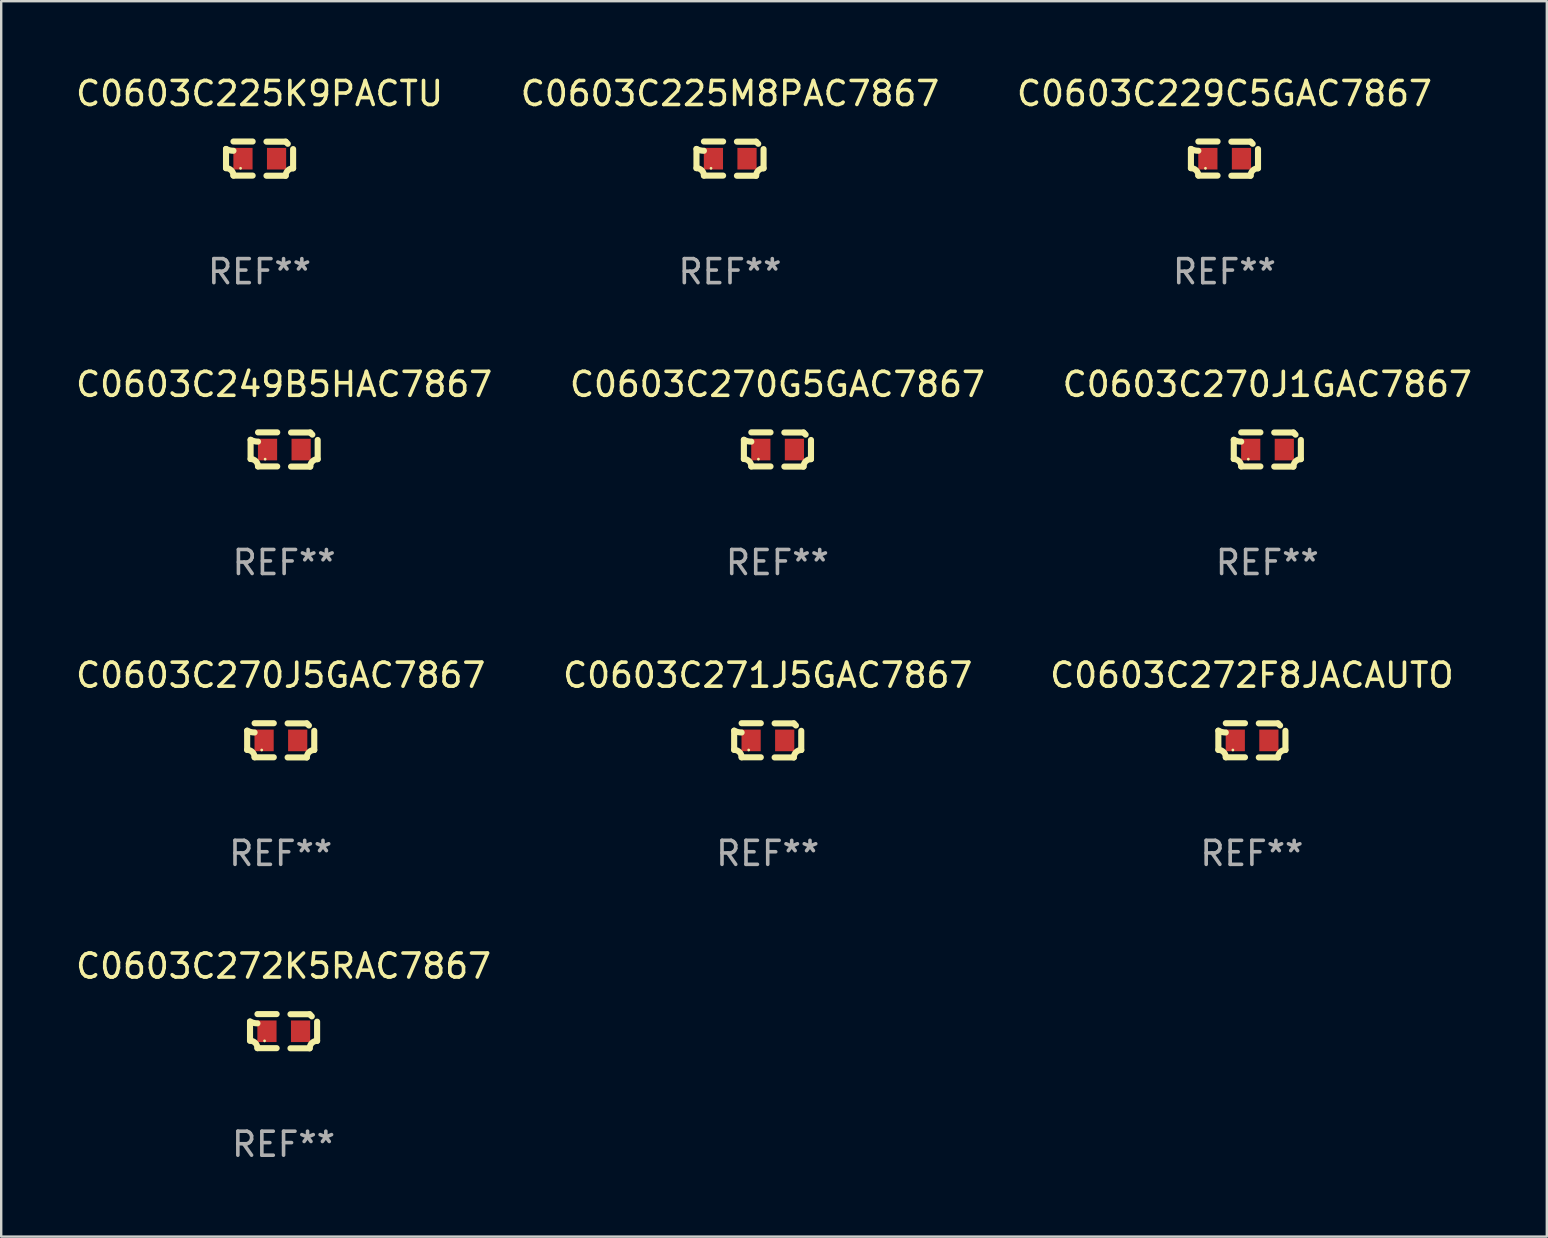
<source format=kicad_pcb>
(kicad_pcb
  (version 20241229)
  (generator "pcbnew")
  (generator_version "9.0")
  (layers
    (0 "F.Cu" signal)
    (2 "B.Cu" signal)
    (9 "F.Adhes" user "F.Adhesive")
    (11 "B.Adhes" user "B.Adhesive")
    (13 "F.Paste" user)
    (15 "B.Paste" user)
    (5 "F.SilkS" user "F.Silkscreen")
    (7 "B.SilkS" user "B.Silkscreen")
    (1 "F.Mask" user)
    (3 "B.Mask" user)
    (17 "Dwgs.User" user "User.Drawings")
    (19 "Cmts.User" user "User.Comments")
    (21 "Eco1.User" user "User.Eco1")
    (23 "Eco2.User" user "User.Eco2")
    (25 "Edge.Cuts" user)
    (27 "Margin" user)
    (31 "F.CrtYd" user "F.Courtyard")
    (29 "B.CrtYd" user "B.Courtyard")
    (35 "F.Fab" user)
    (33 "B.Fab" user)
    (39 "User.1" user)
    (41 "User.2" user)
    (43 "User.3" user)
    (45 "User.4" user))
  (footprint "C0603C272F8JACAUTO"
    (layer "F.Cu")
    (at 49.125 27.805)
    (property "Reference" "C0603C272F8JACAUTO" (at 0 -2.713 0) (layer "F.SilkS") (effects (font (size 1 1) (thickness 0.15))))
    (attr through_hole)
    (fp_line (start -1.398 -0.403) (end -1.398 0.397) (stroke (width 0.254) (type solid)) (layer "F.SilkS"))
    (fp_line (start -0.288 -0.713) (end -1.088 -0.713) (stroke (width 0.254) (type solid)) (layer "F.SilkS"))
    (fp_line (start -0.288 0.707) (end -1.088 0.707) (stroke (width 0.254) (type solid)) (layer "F.SilkS"))
    (fp_line (start 0.288 -0.707) (end 1.088 -0.707) (stroke (width 0.254) (type solid)) (layer "F.SilkS"))
    (fp_line (start 0.288 0.713) (end 1.088 0.713) (stroke (width 0.254) (type solid)) (layer "F.SilkS"))
    (fp_line (start 1.398 -0.397) (end 1.398 0.403) (stroke (width 0.254) (type solid)) (layer "F.SilkS"))
    (fp_arc (start -1.397789 0.397066) (mid -1.178701 0.487826) (end -1.08796 0.706922) (stroke (width 0.254001) (type solid)) (layer "F.SilkS"))
    (fp_arc (start -1.08796 -0.327176) (mid -1.247436 -0.346384) (end -1.39779 -0.402908) (stroke (width 0.254001) (type solid)) (layer "F.SilkS"))
    (fp_arc (start 1.087909 0.712738) (mid 1.178656 0.493655) (end 1.397739 0.402908) (stroke (width 0.254001) (type solid)) (layer "F.SilkS"))
    (fp_arc (start 1.175925 -0.618926) (mid 1.131917 -0.662923) (end 1.08791 -0.706922) (stroke (width 0.254001) (type solid)) (layer "F.SilkS"))
    (fp_circle (center -0.792 0.403) (end -0.762 0.403) (stroke (width 0.06) (type solid)) (fill no) (layer "F.SilkS"))
    (fp_text user "REF**" (at 0 4.713 0) (layer "F.Fab") (effects (font (size 1 1) (thickness 0.15))))
    (pad "1" smd rect (at -0.692 0.003) (size 0.8 0.9) (layers "F.Cu" "F.Mask" "F.Paste"))
    (pad "2" smd rect (at 0.708 0.003) (size 0.8 0.9) (layers "F.Cu" "F.Mask" "F.Paste")))
  (footprint "C0603C249B5HAC7867"
    (layer "F.Cu")
    (at 8.792 15.683)
    (property "Reference" "C0603C249B5HAC7867" (at 0 -2.713 0) (layer "F.SilkS") (effects (font (size 1 1) (thickness 0.15))))
    (attr through_hole)
    (fp_line (start -1.398 -0.403) (end -1.398 0.397) (stroke (width 0.254) (type solid)) (layer "F.SilkS"))
    (fp_line (start -0.288 -0.713) (end -1.088 -0.713) (stroke (width 0.254) (type solid)) (layer "F.SilkS"))
    (fp_line (start -0.288 0.707) (end -1.088 0.707) (stroke (width 0.254) (type solid)) (layer "F.SilkS"))
    (fp_line (start 0.288 -0.707) (end 1.088 -0.707) (stroke (width 0.254) (type solid)) (layer "F.SilkS"))
    (fp_line (start 0.288 0.713) (end 1.088 0.713) (stroke (width 0.254) (type solid)) (layer "F.SilkS"))
    (fp_line (start 1.398 -0.397) (end 1.398 0.403) (stroke (width 0.254) (type solid)) (layer "F.SilkS"))
    (fp_arc (start -1.397789 0.397066) (mid -1.178701 0.487826) (end -1.08796 0.706922) (stroke (width 0.254001) (type solid)) (layer "F.SilkS"))
    (fp_arc (start -1.08796 -0.327176) (mid -1.247436 -0.346384) (end -1.39779 -0.402908) (stroke (width 0.254001) (type solid)) (layer "F.SilkS"))
    (fp_arc (start 1.087909 0.712738) (mid 1.178656 0.493655) (end 1.397739 0.402908) (stroke (width 0.254001) (type solid)) (layer "F.SilkS"))
    (fp_arc (start 1.175925 -0.618926) (mid 1.131917 -0.662923) (end 1.08791 -0.706922) (stroke (width 0.254001) (type solid)) (layer "F.SilkS"))
    (fp_circle (center -0.792 0.403) (end -0.762 0.403) (stroke (width 0.06) (type solid)) (fill no) (layer "F.SilkS"))
    (fp_text user "REF**" (at 0 4.713 0) (layer "F.Fab") (effects (font (size 1 1) (thickness 0.15))))
    (pad "1" smd rect (at -0.692 0.003) (size 0.8 0.9) (layers "F.Cu" "F.Mask" "F.Paste"))
    (pad "2" smd rect (at 0.708 0.003) (size 0.8 0.9) (layers "F.Cu" "F.Mask" "F.Paste")))
  (footprint "C0603C229C5GAC7867"
    (layer "F.Cu")
    (at 47.982 3.561)
    (property "Reference" "C0603C229C5GAC7867" (at 0 -2.713 0) (layer "F.SilkS") (effects (font (size 1 1) (thickness 0.15))))
    (attr through_hole)
    (fp_line (start -1.398 -0.403) (end -1.398 0.397) (stroke (width 0.254) (type solid)) (layer "F.SilkS"))
    (fp_line (start -0.288 -0.713) (end -1.088 -0.713) (stroke (width 0.254) (type solid)) (layer "F.SilkS"))
    (fp_line (start -0.288 0.707) (end -1.088 0.707) (stroke (width 0.254) (type solid)) (layer "F.SilkS"))
    (fp_line (start 0.288 -0.707) (end 1.088 -0.707) (stroke (width 0.254) (type solid)) (layer "F.SilkS"))
    (fp_line (start 0.288 0.713) (end 1.088 0.713) (stroke (width 0.254) (type solid)) (layer "F.SilkS"))
    (fp_line (start 1.398 -0.397) (end 1.398 0.403) (stroke (width 0.254) (type solid)) (layer "F.SilkS"))
    (fp_arc (start -1.397789 0.397066) (mid -1.178701 0.487826) (end -1.08796 0.706922) (stroke (width 0.254001) (type solid)) (layer "F.SilkS"))
    (fp_arc (start -1.08796 -0.327176) (mid -1.247436 -0.346384) (end -1.39779 -0.402908) (stroke (width 0.254001) (type solid)) (layer "F.SilkS"))
    (fp_arc (start 1.087909 0.712738) (mid 1.178656 0.493655) (end 1.397739 0.402908) (stroke (width 0.254001) (type solid)) (layer "F.SilkS"))
    (fp_arc (start 1.175925 -0.618926) (mid 1.131917 -0.662923) (end 1.08791 -0.706922) (stroke (width 0.254001) (type solid)) (layer "F.SilkS"))
    (fp_circle (center -0.792 0.403) (end -0.762 0.403) (stroke (width 0.06) (type solid)) (fill no) (layer "F.SilkS"))
    (fp_text user "REF**" (at 0 4.713 0) (layer "F.Fab") (effects (font (size 1 1) (thickness 0.15))))
    (pad "1" smd rect (at -0.692 0.003) (size 0.8 0.9) (layers "F.Cu" "F.Mask" "F.Paste"))
    (pad "2" smd rect (at 0.708 0.003) (size 0.8 0.9) (layers "F.Cu" "F.Mask" "F.Paste")))
  (footprint "C0603C270J5GAC7867"
    (layer "F.Cu")
    (at 8.649 27.805)
    (property "Reference" "C0603C270J5GAC7867" (at 0 -2.713 0) (layer "F.SilkS") (effects (font (size 1 1) (thickness 0.15))))
    (attr through_hole)
    (fp_line (start -1.398 -0.403) (end -1.398 0.397) (stroke (width 0.254) (type solid)) (layer "F.SilkS"))
    (fp_line (start -0.288 -0.713) (end -1.088 -0.713) (stroke (width 0.254) (type solid)) (layer "F.SilkS"))
    (fp_line (start -0.288 0.707) (end -1.088 0.707) (stroke (width 0.254) (type solid)) (layer "F.SilkS"))
    (fp_line (start 0.288 -0.707) (end 1.088 -0.707) (stroke (width 0.254) (type solid)) (layer "F.SilkS"))
    (fp_line (start 0.288 0.713) (end 1.088 0.713) (stroke (width 0.254) (type solid)) (layer "F.SilkS"))
    (fp_line (start 1.398 -0.397) (end 1.398 0.403) (stroke (width 0.254) (type solid)) (layer "F.SilkS"))
    (fp_arc (start -1.397789 0.397066) (mid -1.178701 0.487826) (end -1.08796 0.706922) (stroke (width 0.254001) (type solid)) (layer "F.SilkS"))
    (fp_arc (start -1.08796 -0.327176) (mid -1.247436 -0.346384) (end -1.39779 -0.402908) (stroke (width 0.254001) (type solid)) (layer "F.SilkS"))
    (fp_arc (start 1.087909 0.712738) (mid 1.178656 0.493655) (end 1.397739 0.402908) (stroke (width 0.254001) (type solid)) (layer "F.SilkS"))
    (fp_arc (start 1.175925 -0.618926) (mid 1.131917 -0.662923) (end 1.08791 -0.706922) (stroke (width 0.254001) (type solid)) (layer "F.SilkS"))
    (fp_circle (center -0.792 0.403) (end -0.762 0.403) (stroke (width 0.06) (type solid)) (fill no) (layer "F.SilkS"))
    (fp_text user "REF**" (at 0 4.713 0) (layer "F.Fab") (effects (font (size 1 1) (thickness 0.15))))
    (pad "1" smd rect (at -0.692 0.003) (size 0.8 0.9) (layers "F.Cu" "F.Mask" "F.Paste"))
    (pad "2" smd rect (at 0.708 0.003) (size 0.8 0.9) (layers "F.Cu" "F.Mask" "F.Paste")))
  (footprint "C0603C272K5RAC7867"
    (layer "F.Cu")
    (at 8.768 39.927)
    (property "Reference" "C0603C272K5RAC7867" (at 0 -2.713 0) (layer "F.SilkS") (effects (font (size 1 1) (thickness 0.15))))
    (attr through_hole)
    (fp_line (start -1.398 -0.403) (end -1.398 0.397) (stroke (width 0.254) (type solid)) (layer "F.SilkS"))
    (fp_line (start -0.288 -0.713) (end -1.088 -0.713) (stroke (width 0.254) (type solid)) (layer "F.SilkS"))
    (fp_line (start -0.288 0.707) (end -1.088 0.707) (stroke (width 0.254) (type solid)) (layer "F.SilkS"))
    (fp_line (start 0.288 -0.707) (end 1.088 -0.707) (stroke (width 0.254) (type solid)) (layer "F.SilkS"))
    (fp_line (start 0.288 0.713) (end 1.088 0.713) (stroke (width 0.254) (type solid)) (layer "F.SilkS"))
    (fp_line (start 1.398 -0.397) (end 1.398 0.403) (stroke (width 0.254) (type solid)) (layer "F.SilkS"))
    (fp_arc (start -1.397789 0.397066) (mid -1.178701 0.487826) (end -1.08796 0.706922) (stroke (width 0.254001) (type solid)) (layer "F.SilkS"))
    (fp_arc (start -1.08796 -0.327176) (mid -1.247436 -0.346384) (end -1.39779 -0.402908) (stroke (width 0.254001) (type solid)) (layer "F.SilkS"))
    (fp_arc (start 1.087909 0.712738) (mid 1.178656 0.493655) (end 1.397739 0.402908) (stroke (width 0.254001) (type solid)) (layer "F.SilkS"))
    (fp_arc (start 1.175925 -0.618926) (mid 1.131917 -0.662923) (end 1.08791 -0.706922) (stroke (width 0.254001) (type solid)) (layer "F.SilkS"))
    (fp_circle (center -0.792 0.403) (end -0.762 0.403) (stroke (width 0.06) (type solid)) (fill no) (layer "F.SilkS"))
    (fp_text user "REF**" (at 0 4.713 0) (layer "F.Fab") (effects (font (size 1 1) (thickness 0.15))))
    (pad "1" smd rect (at -0.692 0.003) (size 0.8 0.9) (layers "F.Cu" "F.Mask" "F.Paste"))
    (pad "2" smd rect (at 0.708 0.003) (size 0.8 0.9) (layers "F.Cu" "F.Mask" "F.Paste")))
  (footprint "C0603C225K9PACTU"
    (layer "F.Cu")
    (at 7.768 3.561)
    (property "Reference" "C0603C225K9PACTU" (at 0 -2.713 0) (layer "F.SilkS") (effects (font (size 1 1) (thickness 0.15))))
    (attr through_hole)
    (fp_line (start -1.398 -0.403) (end -1.398 0.397) (stroke (width 0.254) (type solid)) (layer "F.SilkS"))
    (fp_line (start -0.288 -0.713) (end -1.088 -0.713) (stroke (width 0.254) (type solid)) (layer "F.SilkS"))
    (fp_line (start -0.288 0.707) (end -1.088 0.707) (stroke (width 0.254) (type solid)) (layer "F.SilkS"))
    (fp_line (start 0.288 -0.707) (end 1.088 -0.707) (stroke (width 0.254) (type solid)) (layer "F.SilkS"))
    (fp_line (start 0.288 0.713) (end 1.088 0.713) (stroke (width 0.254) (type solid)) (layer "F.SilkS"))
    (fp_line (start 1.398 -0.397) (end 1.398 0.403) (stroke (width 0.254) (type solid)) (layer "F.SilkS"))
    (fp_arc (start -1.397789 0.397066) (mid -1.178701 0.487826) (end -1.08796 0.706922) (stroke (width 0.254001) (type solid)) (layer "F.SilkS"))
    (fp_arc (start -1.08796 -0.327176) (mid -1.247436 -0.346384) (end -1.39779 -0.402908) (stroke (width 0.254001) (type solid)) (layer "F.SilkS"))
    (fp_arc (start 1.087909 0.712738) (mid 1.178656 0.493655) (end 1.397739 0.402908) (stroke (width 0.254001) (type solid)) (layer "F.SilkS"))
    (fp_arc (start 1.175925 -0.618926) (mid 1.131917 -0.662923) (end 1.08791 -0.706922) (stroke (width 0.254001) (type solid)) (layer "F.SilkS"))
    (fp_circle (center -0.792 0.403) (end -0.762 0.403) (stroke (width 0.06) (type solid)) (fill no) (layer "F.SilkS"))
    (fp_text user "REF**" (at 0 4.713 0) (layer "F.Fab") (effects (font (size 1 1) (thickness 0.15))))
    (pad "1" smd rect (at -0.692 0.003) (size 0.8 0.9) (layers "F.Cu" "F.Mask" "F.Paste"))
    (pad "2" smd rect (at 0.708 0.003) (size 0.8 0.9) (layers "F.Cu" "F.Mask" "F.Paste")))
  (footprint "C0603C270J1GAC7867"
    (layer "F.Cu")
    (at 49.768 15.683)
    (property "Reference" "C0603C270J1GAC7867" (at 0 -2.713 0) (layer "F.SilkS") (effects (font (size 1 1) (thickness 0.15))))
    (attr through_hole)
    (fp_line (start -1.398 -0.403) (end -1.398 0.397) (stroke (width 0.254) (type solid)) (layer "F.SilkS"))
    (fp_line (start -0.288 -0.713) (end -1.088 -0.713) (stroke (width 0.254) (type solid)) (layer "F.SilkS"))
    (fp_line (start -0.288 0.707) (end -1.088 0.707) (stroke (width 0.254) (type solid)) (layer "F.SilkS"))
    (fp_line (start 0.288 -0.707) (end 1.088 -0.707) (stroke (width 0.254) (type solid)) (layer "F.SilkS"))
    (fp_line (start 0.288 0.713) (end 1.088 0.713) (stroke (width 0.254) (type solid)) (layer "F.SilkS"))
    (fp_line (start 1.398 -0.397) (end 1.398 0.403) (stroke (width 0.254) (type solid)) (layer "F.SilkS"))
    (fp_arc (start -1.397789 0.397066) (mid -1.178701 0.487826) (end -1.08796 0.706922) (stroke (width 0.254001) (type solid)) (layer "F.SilkS"))
    (fp_arc (start -1.08796 -0.327176) (mid -1.247436 -0.346384) (end -1.39779 -0.402908) (stroke (width 0.254001) (type solid)) (layer "F.SilkS"))
    (fp_arc (start 1.087909 0.712738) (mid 1.178656 0.493655) (end 1.397739 0.402908) (stroke (width 0.254001) (type solid)) (layer "F.SilkS"))
    (fp_arc (start 1.175925 -0.618926) (mid 1.131917 -0.662923) (end 1.08791 -0.706922) (stroke (width 0.254001) (type solid)) (layer "F.SilkS"))
    (fp_circle (center -0.792 0.403) (end -0.762 0.403) (stroke (width 0.06) (type solid)) (fill no) (layer "F.SilkS"))
    (fp_text user "REF**" (at 0 4.713 0) (layer "F.Fab") (effects (font (size 1 1) (thickness 0.15))))
    (pad "1" smd rect (at -0.692 0.003) (size 0.8 0.9) (layers "F.Cu" "F.Mask" "F.Paste"))
    (pad "2" smd rect (at 0.708 0.003) (size 0.8 0.9) (layers "F.Cu" "F.Mask" "F.Paste")))
  (footprint "C0603C225M8PAC7867"
    (layer "F.Cu")
    (at 27.375 3.561)
    (property "Reference" "C0603C225M8PAC7867" (at 0 -2.713 0) (layer "F.SilkS") (effects (font (size 1 1) (thickness 0.15))))
    (attr through_hole)
    (fp_line (start -1.398 -0.403) (end -1.398 0.397) (stroke (width 0.254) (type solid)) (layer "F.SilkS"))
    (fp_line (start -0.288 -0.713) (end -1.088 -0.713) (stroke (width 0.254) (type solid)) (layer "F.SilkS"))
    (fp_line (start -0.288 0.707) (end -1.088 0.707) (stroke (width 0.254) (type solid)) (layer "F.SilkS"))
    (fp_line (start 0.288 -0.707) (end 1.088 -0.707) (stroke (width 0.254) (type solid)) (layer "F.SilkS"))
    (fp_line (start 0.288 0.713) (end 1.088 0.713) (stroke (width 0.254) (type solid)) (layer "F.SilkS"))
    (fp_line (start 1.398 -0.397) (end 1.398 0.403) (stroke (width 0.254) (type solid)) (layer "F.SilkS"))
    (fp_arc (start -1.397789 0.397066) (mid -1.178701 0.487826) (end -1.08796 0.706922) (stroke (width 0.254001) (type solid)) (layer "F.SilkS"))
    (fp_arc (start -1.08796 -0.327176) (mid -1.247436 -0.346384) (end -1.39779 -0.402908) (stroke (width 0.254001) (type solid)) (layer "F.SilkS"))
    (fp_arc (start 1.087909 0.712738) (mid 1.178656 0.493655) (end 1.397739 0.402908) (stroke (width 0.254001) (type solid)) (layer "F.SilkS"))
    (fp_arc (start 1.175925 -0.618926) (mid 1.131917 -0.662923) (end 1.08791 -0.706922) (stroke (width 0.254001) (type solid)) (layer "F.SilkS"))
    (fp_circle (center -0.792 0.403) (end -0.762 0.403) (stroke (width 0.06) (type solid)) (fill no) (layer "F.SilkS"))
    (fp_text user "REF**" (at 0 4.713 0) (layer "F.Fab") (effects (font (size 1 1) (thickness 0.15))))
    (pad "1" smd rect (at -0.692 0.003) (size 0.8 0.9) (layers "F.Cu" "F.Mask" "F.Paste"))
    (pad "2" smd rect (at 0.708 0.003) (size 0.8 0.9) (layers "F.Cu" "F.Mask" "F.Paste")))
  (footprint "C0603C271J5GAC7867"
    (layer "F.Cu")
    (at 28.946 27.805)
    (property "Reference" "C0603C271J5GAC7867" (at 0 -2.713 0) (layer "F.SilkS") (effects (font (size 1 1) (thickness 0.15))))
    (attr through_hole)
    (fp_line (start -1.398 -0.403) (end -1.398 0.397) (stroke (width 0.254) (type solid)) (layer "F.SilkS"))
    (fp_line (start -0.288 -0.713) (end -1.088 -0.713) (stroke (width 0.254) (type solid)) (layer "F.SilkS"))
    (fp_line (start -0.288 0.707) (end -1.088 0.707) (stroke (width 0.254) (type solid)) (layer "F.SilkS"))
    (fp_line (start 0.288 -0.707) (end 1.088 -0.707) (stroke (width 0.254) (type solid)) (layer "F.SilkS"))
    (fp_line (start 0.288 0.713) (end 1.088 0.713) (stroke (width 0.254) (type solid)) (layer "F.SilkS"))
    (fp_line (start 1.398 -0.397) (end 1.398 0.403) (stroke (width 0.254) (type solid)) (layer "F.SilkS"))
    (fp_arc (start -1.397789 0.397066) (mid -1.178701 0.487826) (end -1.08796 0.706922) (stroke (width 0.254001) (type solid)) (layer "F.SilkS"))
    (fp_arc (start -1.08796 -0.327176) (mid -1.247436 -0.346384) (end -1.39779 -0.402908) (stroke (width 0.254001) (type solid)) (layer "F.SilkS"))
    (fp_arc (start 1.087909 0.712738) (mid 1.178656 0.493655) (end 1.397739 0.402908) (stroke (width 0.254001) (type solid)) (layer "F.SilkS"))
    (fp_arc (start 1.175925 -0.618926) (mid 1.131917 -0.662923) (end 1.08791 -0.706922) (stroke (width 0.254001) (type solid)) (layer "F.SilkS"))
    (fp_circle (center -0.792 0.403) (end -0.762 0.403) (stroke (width 0.06) (type solid)) (fill no) (layer "F.SilkS"))
    (fp_text user "REF**" (at 0 4.713 0) (layer "F.Fab") (effects (font (size 1 1) (thickness 0.15))))
    (pad "1" smd rect (at -0.692 0.003) (size 0.8 0.9) (layers "F.Cu" "F.Mask" "F.Paste"))
    (pad "2" smd rect (at 0.708 0.003) (size 0.8 0.9) (layers "F.Cu" "F.Mask" "F.Paste")))
  (footprint "C0603C270G5GAC7867"
    (layer "F.Cu")
    (at 29.351 15.683)
    (property "Reference" "C0603C270G5GAC7867" (at 0 -2.713 0) (layer "F.SilkS") (effects (font (size 1 1) (thickness 0.15))))
    (attr through_hole)
    (fp_line (start -1.398 -0.403) (end -1.398 0.397) (stroke (width 0.254) (type solid)) (layer "F.SilkS"))
    (fp_line (start -0.288 -0.713) (end -1.088 -0.713) (stroke (width 0.254) (type solid)) (layer "F.SilkS"))
    (fp_line (start -0.288 0.707) (end -1.088 0.707) (stroke (width 0.254) (type solid)) (layer "F.SilkS"))
    (fp_line (start 0.288 -0.707) (end 1.088 -0.707) (stroke (width 0.254) (type solid)) (layer "F.SilkS"))
    (fp_line (start 0.288 0.713) (end 1.088 0.713) (stroke (width 0.254) (type solid)) (layer "F.SilkS"))
    (fp_line (start 1.398 -0.397) (end 1.398 0.403) (stroke (width 0.254) (type solid)) (layer "F.SilkS"))
    (fp_arc (start -1.397789 0.397066) (mid -1.178701 0.487826) (end -1.08796 0.706922) (stroke (width 0.254001) (type solid)) (layer "F.SilkS"))
    (fp_arc (start -1.08796 -0.327176) (mid -1.247436 -0.346384) (end -1.39779 -0.402908) (stroke (width 0.254001) (type solid)) (layer "F.SilkS"))
    (fp_arc (start 1.087909 0.712738) (mid 1.178656 0.493655) (end 1.397739 0.402908) (stroke (width 0.254001) (type solid)) (layer "F.SilkS"))
    (fp_arc (start 1.175925 -0.618926) (mid 1.131917 -0.662923) (end 1.08791 -0.706922) (stroke (width 0.254001) (type solid)) (layer "F.SilkS"))
    (fp_circle (center -0.792 0.403) (end -0.762 0.403) (stroke (width 0.06) (type solid)) (fill no) (layer "F.SilkS"))
    (fp_text user "REF**" (at 0 4.713 0) (layer "F.Fab") (effects (font (size 1 1) (thickness 0.15))))
    (pad "1" smd rect (at -0.692 0.003) (size 0.8 0.9) (layers "F.Cu" "F.Mask" "F.Paste"))
    (pad "2" smd rect (at 0.708 0.003) (size 0.8 0.9) (layers "F.Cu" "F.Mask" "F.Paste")))
  (gr_rect
    (start -3 -3)
    (end 61.417 48.488)
    (stroke (width 0.1) (type default))
    (fill no)
    (layer "Edge.Cuts")))
</source>
